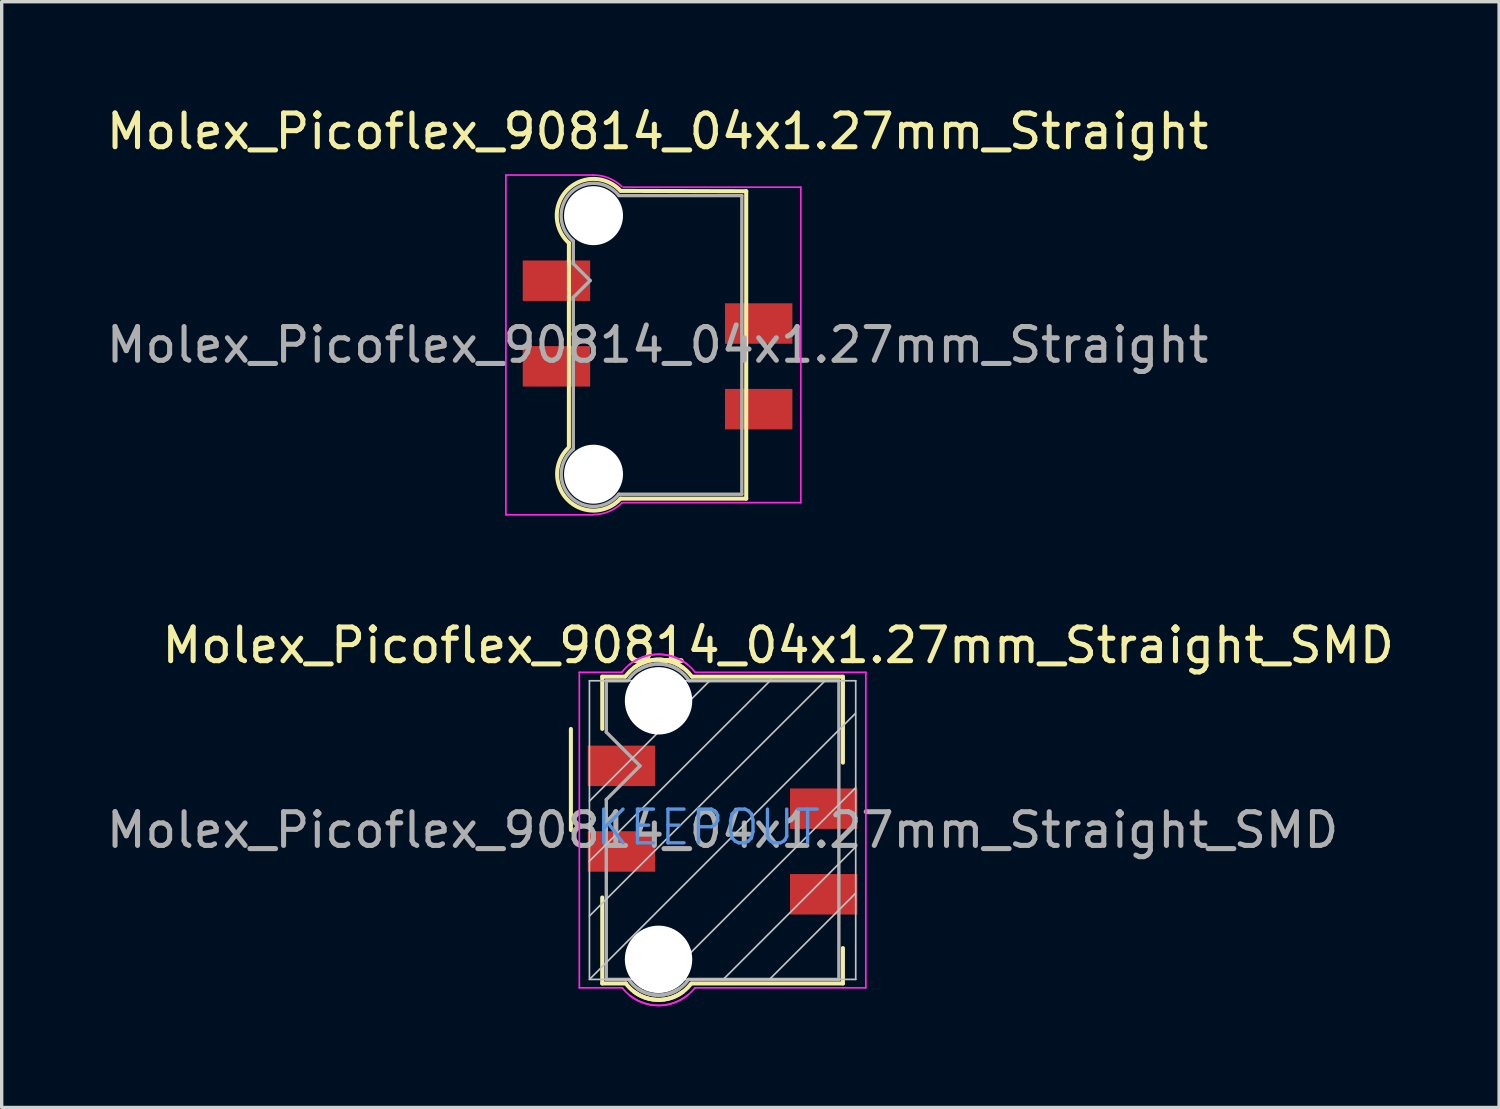
<source format=kicad_pcb>
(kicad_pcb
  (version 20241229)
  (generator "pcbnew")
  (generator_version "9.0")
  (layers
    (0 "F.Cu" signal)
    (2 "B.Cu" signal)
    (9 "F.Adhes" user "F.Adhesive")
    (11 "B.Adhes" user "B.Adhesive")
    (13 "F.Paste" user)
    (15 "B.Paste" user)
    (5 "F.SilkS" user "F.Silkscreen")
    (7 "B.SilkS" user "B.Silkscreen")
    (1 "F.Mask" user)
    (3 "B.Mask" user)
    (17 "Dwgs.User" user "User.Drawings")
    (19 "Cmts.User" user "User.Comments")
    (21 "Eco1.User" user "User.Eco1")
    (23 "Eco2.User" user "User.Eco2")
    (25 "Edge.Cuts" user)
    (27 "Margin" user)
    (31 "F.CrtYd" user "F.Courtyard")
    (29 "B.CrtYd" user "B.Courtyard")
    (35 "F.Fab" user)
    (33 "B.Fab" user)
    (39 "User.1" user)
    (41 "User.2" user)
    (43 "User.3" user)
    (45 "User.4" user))
  (footprint "Molex_Picoflex_90814_04x1.27mm_Straight"
    (layer "F.Cu")
    (at 16.458 7.183)
    (property "Reference" "Molex_Picoflex_90814_04x1.27mm_Straight" (at 0 -6.335 0) (layer "F.SilkS") (effects (font (size 1 1) (thickness 0.15))))
    (attr smd)
    (fp_line (start -2.63 -3.03) (end -2.63 3.03) (stroke (width 0.12) (type solid)) (layer "F.SilkS"))
    (fp_line (start -1.09 -4.57) (end 2.63 -4.56) (stroke (width 0.12) (type solid)) (layer "F.SilkS"))
    (fp_line (start 2.63 -4.56) (end 2.63 4.56) (stroke (width 0.12) (type solid)) (layer "F.SilkS"))
    (fp_line (start 2.63 4.56) (end -1.1 4.56) (stroke (width 0.12) (type solid)) (layer "F.SilkS"))
    (fp_arc (start -2.63 -3.025) (mid -2.676051 -4.600992) (end -1.099592 -4.575505) (stroke (width 0.12) (type solid)) (layer "F.SilkS"))
    (fp_arc (start -1.1 4.56) (mid -2.647734 4.613793) (end -2.65694 3.065151) (stroke (width 0.12) (type solid)) (layer "F.SilkS"))
    (fp_line (start -4.5 -5.04) (end -1.9 -5.04) (stroke (width 0.05) (type solid)) (layer "F.CrtYd"))
    (fp_line (start -4.5 5.04) (end -4.5 -5.04) (stroke (width 0.05) (type solid)) (layer "F.CrtYd"))
    (fp_line (start -1.9 5.04) (end -4.5 5.04) (stroke (width 0.05) (type solid)) (layer "F.CrtYd"))
    (fp_line (start -1.02 -4.68) (end 4.25 -4.68) (stroke (width 0.05) (type solid)) (layer "F.CrtYd"))
    (fp_line (start 4.25 -4.68) (end 4.25 4.68) (stroke (width 0.05) (type solid)) (layer "F.CrtYd"))
    (fp_line (start 4.25 4.68) (end -1.05 4.68) (stroke (width 0.05) (type solid)) (layer "F.CrtYd"))
    (fp_arc (start -1.92 -5.04) (mid -1.457344 -4.955928) (end -1.062078 -4.701206) (stroke (width 0.05) (type solid)) (layer "F.CrtYd"))
    (fp_arc (start -1.05 4.68) (mid -1.43807 4.940959) (end -1.896464 5.033546) (stroke (width 0.05) (type solid)) (layer "F.CrtYd"))
    (fp_line (start -2.5 -3.08) (end -2.5 -2.41) (stroke (width 0.1) (type solid)) (layer "F.Fab"))
    (fp_line (start -2.5 -2.41) (end -2 -1.91) (stroke (width 0.1) (type solid)) (layer "F.Fab"))
    (fp_line (start -2.5 -1.41) (end -2.5 3.08) (stroke (width 0.1) (type solid)) (layer "F.Fab"))
    (fp_line (start -2 -1.91) (end -2.5 -1.41) (stroke (width 0.1) (type solid)) (layer "F.Fab"))
    (fp_line (start -1.14 -4.43) (end 2.5 -4.43) (stroke (width 0.1) (type solid)) (layer "F.Fab"))
    (fp_line (start 2.5 -4.43) (end 2.5 4.43) (stroke (width 0.1) (type solid)) (layer "F.Fab"))
    (fp_line (start 2.5 4.43) (end -1.15 4.43) (stroke (width 0.1) (type solid)) (layer "F.Fab"))
    (fp_arc (start -2.5 -3.085) (mid -2.577257 -4.516045) (end -1.146665 -4.430807) (stroke (width 0.1) (type solid)) (layer "F.Fab"))
    (fp_arc (start -1.15 4.43) (mid -2.576077 4.512823) (end -2.496932 3.086537) (stroke (width 0.1) (type solid)) (layer "F.Fab"))
    (fp_text user "${REFERENCE}" (at 0 0 0) (layer "F.Fab") (effects (font (size 1 1) (thickness 0.15))))
    (pad "" np_thru_hole circle (at -1.9 -3.835) (size 1.75 1.75) (drill 1.75) (layers "*.Cu"))
    (pad "" np_thru_hole circle (at -1.9 3.835) (size 1.75 1.75) (drill 1.75) (layers "*.Cu"))
    (pad "1" smd rect (at -3 -1.905) (size 2 1.2) (layers "F.Cu" "F.Mask" "F.Paste"))
    (pad "2" smd rect (at 3 -0.635) (size 2 1.2) (layers "F.Cu" "F.Mask" "F.Paste"))
    (pad "3" smd rect (at -3 0.635) (size 2 1.2) (layers "F.Cu" "F.Mask" "F.Paste"))
    (pad "4" smd rect (at 3 1.905) (size 2 1.2) (layers "F.Cu" "F.Mask" "F.Paste")))
  (footprint "Molex_Picoflex_90814_04x1.27mm_Straight_SMD"
    (layer "F.Cu")
    (at 18.387 21.576)
    (property "Reference" "Molex_Picoflex_90814_04x1.27mm_Straight_SMD" (at 1.65 -5.48 0) (layer "F.SilkS") (effects (font (size 1 1) (thickness 0.15))))
    (attr smd)
    (fp_line (start -4.5 -3) (end -4.5 0) (stroke (width 0.12) (type solid)) (layer "F.SilkS"))
    (fp_line (start -3.57 -4.55) (end -3.57 -3) (stroke (width 0.12) (type solid)) (layer "F.SilkS"))
    (fp_line (start -3.57 -4.55) (end -2.89 -4.55) (stroke (width 0.12) (type solid)) (layer "F.SilkS"))
    (fp_line (start -3.57 4.55) (end -3.57 2) (stroke (width 0.12) (type solid)) (layer "F.SilkS"))
    (fp_line (start -2.87 4.55) (end -3.57 4.55) (stroke (width 0.12) (type solid)) (layer "F.SilkS"))
    (fp_line (start -0.89 -4.55) (end 3.57 -4.55) (stroke (width 0.12) (type solid)) (layer "F.SilkS"))
    (fp_line (start 3.57 -4.55) (end 3.57 -2) (stroke (width 0.12) (type solid)) (layer "F.SilkS"))
    (fp_line (start 3.57 3.5) (end 3.57 4.55) (stroke (width 0.12) (type solid)) (layer "F.SilkS"))
    (fp_line (start 3.57 4.55) (end -0.9 4.55) (stroke (width 0.12) (type solid)) (layer "F.SilkS"))
    (fp_arc (start -2.88 -4.56) (mid -2.083848 -5.042082) (end -1.18 -4.82) (stroke (width 0.12) (type solid)) (layer "F.SilkS"))
    (fp_arc (start -2.61 -4.83) (mid -1.70201 -5.042082) (end -0.91 -4.55) (stroke (width 0.12) (type solid)) (layer "F.SilkS"))
    (fp_arc (start -1.18 4.8) (mid -2.076777 5.02501) (end -2.87 4.55) (stroke (width 0.12) (type solid)) (layer "F.SilkS"))
    (fp_arc (start -0.93 4.55) (mid -1.723223 5.02501) (end -2.62 4.8) (stroke (width 0.12) (type solid)) (layer "F.SilkS"))
    (fp_line (start -3.96 0.93) (end 1.43 -4.45) (stroke (width 0.05) (type solid)) (layer "Dwgs.User"))
    (fp_line (start -3.95 -0.86) (end -0.38 -4.43) (stroke (width 0.05) (type solid)) (layer "Dwgs.User"))
    (fp_line (start -3.95 2.55) (end 3.04 -4.43) (stroke (width 0.05) (type solid)) (layer "Dwgs.User"))
    (fp_line (start -3.95 4.43) (end -3.95 -4.43) (stroke (width 0.05) (type solid)) (layer "Dwgs.User"))
    (fp_line (start -3.95 4.43) (end 3.95 4.43) (stroke (width 0.05) (type solid)) (layer "Dwgs.User"))
    (fp_line (start -3.93 4.41) (end 3.94 -3.46) (stroke (width 0.05) (type solid)) (layer "Dwgs.User"))
    (fp_line (start -1.74 4.43) (end 3.95 -1.26) (stroke (width 0.05) (type solid)) (layer "Dwgs.User"))
    (fp_line (start 0.02 4.43) (end 3.94 0.51) (stroke (width 0.05) (type solid)) (layer "Dwgs.User"))
    (fp_line (start 1.39 4.43) (end 3.94 1.88) (stroke (width 0.05) (type solid)) (layer "Dwgs.User"))
    (fp_line (start 3.95 -4.43) (end -3.95 -4.43) (stroke (width 0.05) (type solid)) (layer "Dwgs.User"))
    (fp_line (start 3.95 -4.43) (end 3.95 4.43) (stroke (width 0.05) (type solid)) (layer "Dwgs.User"))
    (fp_line (start -4.25 -4.68) (end -4.25 4.68) (stroke (width 0.05) (type solid)) (layer "F.CrtYd"))
    (fp_line (start -4.25 4.68) (end -2.97 4.68) (stroke (width 0.05) (type solid)) (layer "F.CrtYd"))
    (fp_line (start -2.99 -4.68) (end -4.25 -4.68) (stroke (width 0.05) (type solid)) (layer "F.CrtYd"))
    (fp_line (start -0.82 -4.68) (end 4.25 -4.68) (stroke (width 0.05) (type solid)) (layer "F.CrtYd"))
    (fp_line (start 4.25 -4.68) (end 4.25 4.68) (stroke (width 0.05) (type solid)) (layer "F.CrtYd"))
    (fp_line (start 4.25 4.68) (end -0.82 4.68) (stroke (width 0.05) (type solid)) (layer "F.CrtYd"))
    (fp_arc (start -2.99 -4.68) (mid -2.076777 -5.204716) (end -1.06 -4.93) (stroke (width 0.05) (type solid)) (layer "F.CrtYd"))
    (fp_arc (start -2.76 -4.91) (mid -1.751508 -5.204716) (end -0.83 -4.7) (stroke (width 0.05) (type solid)) (layer "F.CrtYd"))
    (fp_arc (start -1.04 4.9) (mid -2.048492 5.194716) (end -2.97 4.69) (stroke (width 0.05) (type solid)) (layer "F.CrtYd"))
    (fp_arc (start -0.82 4.68) (mid -1.737365 5.194716) (end -2.75 4.91) (stroke (width 0.05) (type solid)) (layer "F.CrtYd"))
    (fp_line (start -3.45 -4.43) (end -3.45 -2.905) (stroke (width 0.1) (type solid)) (layer "F.Fab"))
    (fp_line (start -3.45 -4.43) (end -2.81 -4.43) (stroke (width 0.1) (type solid)) (layer "F.Fab"))
    (fp_line (start -3.45 -0.905) (end -2.45 -1.905) (stroke (width 0.1) (type solid)) (layer "F.Fab"))
    (fp_line (start -3.45 4.43) (end -3.45 -0.905) (stroke (width 0.1) (type solid)) (layer "F.Fab"))
    (fp_line (start -3.45 4.43) (end -2.79 4.43) (stroke (width 0.1) (type solid)) (layer "F.Fab"))
    (fp_line (start -2.45 -1.905) (end -3.45 -2.905) (stroke (width 0.1) (type solid)) (layer "F.Fab"))
    (fp_line (start -1 -4.43) (end 3.45 -4.43) (stroke (width 0.1) (type solid)) (layer "F.Fab"))
    (fp_line (start 3.45 -4.43) (end 3.45 4.43) (stroke (width 0.1) (type solid)) (layer "F.Fab"))
    (fp_line (start 3.45 4.43) (end -1 4.43) (stroke (width 0.1) (type solid)) (layer "F.Fab"))
    (fp_arc (start -2.81 -4.44) (mid -2.119203 -4.907731) (end -1.3 -4.75) (stroke (width 0.1) (type solid)) (layer "F.Fab"))
    (fp_arc (start -2.49 -4.75) (mid -1.673726 -4.90066) (end -0.99 -4.43) (stroke (width 0.1) (type solid)) (layer "F.Fab"))
    (fp_arc (start -1.29 4.71) (mid -2.09799 4.88066) (end -2.79 4.43) (stroke (width 0.1) (type solid)) (layer "F.Fab"))
    (fp_arc (start -1.01 4.43) (mid -1.70201 4.88066) (end -2.51 4.71) (stroke (width 0.1) (type solid)) (layer "F.Fab"))
    (fp_text user "KEEPOUT" (at -0.43 -0.08 0) (layer "Cmts.User") (effects (font (size 1 1) (thickness 0.1))))
    (fp_text user "${REFERENCE}" (at 0 0 0) (layer "F.Fab") (effects (font (size 1 1) (thickness 0.15))))
    (pad "" np_thru_hole circle (at -1.9 -3.835) (size 2 2) (drill 2) (layers "*.Cu" "*.Mask"))
    (pad "" np_thru_hole circle (at -1.9 3.835) (size 2 2) (drill 2) (layers "*.Cu" "*.Mask"))
    (pad "1" smd rect (at -3 -1.905) (size 2 1.2) (layers "F.Cu" "F.Mask" "F.Paste"))
    (pad "2" smd rect (at 3 -0.635) (size 2 1.2) (layers "F.Cu" "F.Mask" "F.Paste"))
    (pad "3" smd rect (at -3 0.635) (size 2 1.2) (layers "F.Cu" "F.Mask" "F.Paste"))
    (pad "4" smd rect (at 3 1.905) (size 2 1.2) (layers "F.Cu" "F.Mask" "F.Paste")))
  (gr_rect
    (start -3 -3)
    (end 41.424 29.806)
    (stroke (width 0.1) (type default))
    (fill no)
    (layer "Edge.Cuts")))
</source>
